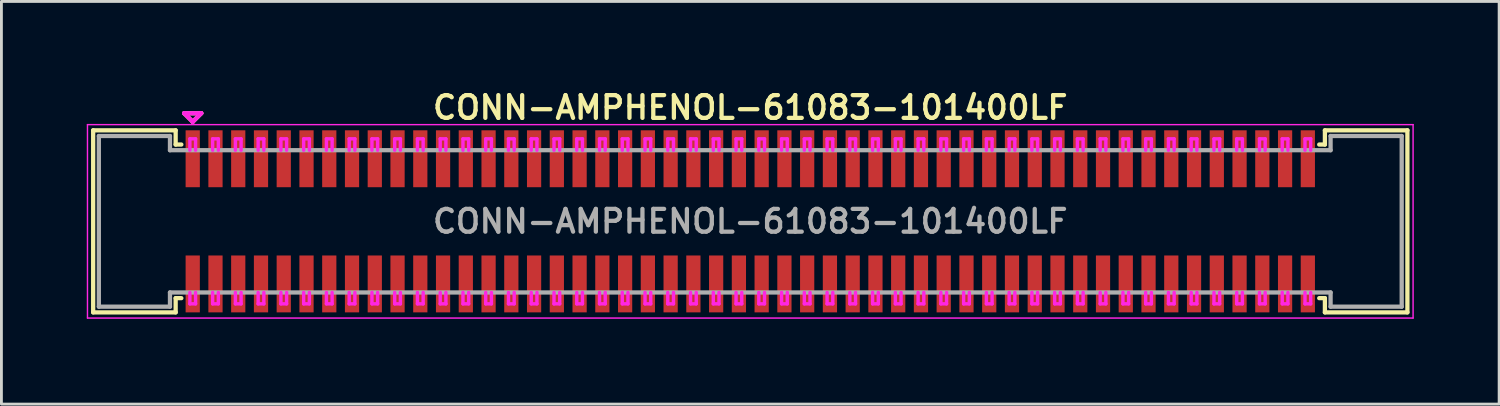
<source format=kicad_pcb>
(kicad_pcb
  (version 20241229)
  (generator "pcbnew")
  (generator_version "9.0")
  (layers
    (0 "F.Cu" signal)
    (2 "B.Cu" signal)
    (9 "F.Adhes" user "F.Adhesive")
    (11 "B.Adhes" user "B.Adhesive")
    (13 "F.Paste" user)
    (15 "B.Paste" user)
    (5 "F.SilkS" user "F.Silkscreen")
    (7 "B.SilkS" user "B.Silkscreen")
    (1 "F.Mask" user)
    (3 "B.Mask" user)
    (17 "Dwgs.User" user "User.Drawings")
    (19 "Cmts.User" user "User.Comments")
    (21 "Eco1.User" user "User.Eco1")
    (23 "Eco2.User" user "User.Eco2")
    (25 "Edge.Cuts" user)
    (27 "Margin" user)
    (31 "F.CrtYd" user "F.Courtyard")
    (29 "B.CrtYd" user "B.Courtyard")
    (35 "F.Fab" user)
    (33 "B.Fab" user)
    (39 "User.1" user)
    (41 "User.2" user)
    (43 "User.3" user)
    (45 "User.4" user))
  (footprint "CONN-AMPHENOL-61083-101400LF"
    (layer "F.Cu")
    (at 23.325 4.731)
    (property "Reference" "CONN-AMPHENOL-61083-101400LF" (at 0 -4 0) (layer "F.SilkS") (effects (font (size 0.8 0.8) (thickness 0.15))))
    (attr through_hole)
    (fp_line (start -23.1 -3.2) (end -23.1 3.2) (stroke (width 0.15) (type solid)) (layer "F.SilkS"))
    (fp_line (start -23.1 -3.2) (end -20.2 -3.2) (stroke (width 0.15) (type solid)) (layer "F.SilkS"))
    (fp_line (start -23.1 3.2) (end -20.2 3.2) (stroke (width 0.15) (type solid)) (layer "F.SilkS"))
    (fp_line (start -20.2 -3.2) (end -20.2 -2.7) (stroke (width 0.15) (type solid)) (layer "F.SilkS"))
    (fp_line (start -20.2 -2.7) (end -20 -2.7) (stroke (width 0.15) (type solid)) (layer "F.SilkS"))
    (fp_line (start -20.2 2.7) (end -20.2 3.2) (stroke (width 0.15) (type solid)) (layer "F.SilkS"))
    (fp_line (start -20.2 2.7) (end -20 2.7) (stroke (width 0.15) (type solid)) (layer "F.SilkS"))
    (fp_line (start -19.9 -3.8) (end -19.3 -3.8) (stroke (width 0.15) (type solid)) (layer "F.SilkS"))
    (fp_line (start -19.6 -3.5) (end -19.9 -3.8) (stroke (width 0.15) (type solid)) (layer "F.SilkS"))
    (fp_line (start -19.3 -3.8) (end -19.6 -3.5) (stroke (width 0.15) (type solid)) (layer "F.SilkS"))
    (fp_line (start 20 -2.7) (end 20.2 -2.7) (stroke (width 0.15) (type solid)) (layer "F.SilkS"))
    (fp_line (start 20 2.7) (end 20.2 2.7) (stroke (width 0.15) (type solid)) (layer "F.SilkS"))
    (fp_line (start 20.2 -3.2) (end 20.2 -2.7) (stroke (width 0.15) (type solid)) (layer "F.SilkS"))
    (fp_line (start 20.2 -3.2) (end 23.1 -3.2) (stroke (width 0.15) (type solid)) (layer "F.SilkS"))
    (fp_line (start 20.2 2.7) (end 20.2 3.2) (stroke (width 0.15) (type solid)) (layer "F.SilkS"))
    (fp_line (start 20.2 3.2) (end 23.1 3.2) (stroke (width 0.15) (type solid)) (layer "F.SilkS"))
    (fp_line (start 23.1 3.2) (end 23.1 -3.2) (stroke (width 0.15) (type solid)) (layer "F.SilkS"))
    (fp_line (start -23.3 -3.4) (end -23.3 3.4) (stroke (width 0.05) (type solid)) (layer "F.CrtYd"))
    (fp_line (start -23.3 -3.4) (end 23.3 -3.4) (stroke (width 0.05) (type solid)) (layer "F.CrtYd"))
    (fp_line (start -23.3 3.4) (end 23.3 3.4) (stroke (width 0.05) (type solid)) (layer "F.CrtYd"))
    (fp_line (start -19.9 -3.8) (end -19.3 -3.8) (stroke (width 0.15) (type solid)) (layer "F.CrtYd"))
    (fp_line (start -19.7 -2.9) (end -19.5 -2.9) (stroke (width 0.12) (type solid)) (layer "F.CrtYd"))
    (fp_line (start -19.7 -2.5) (end -19.7 -2.9) (stroke (width 0.12) (type solid)) (layer "F.CrtYd"))
    (fp_line (start -19.7 2.9) (end -19.7 2.5) (stroke (width 0.12) (type solid)) (layer "F.CrtYd"))
    (fp_line (start -19.6 -3.5) (end -19.9 -3.8) (stroke (width 0.15) (type solid)) (layer "F.CrtYd"))
    (fp_line (start -19.5 -2.9) (end -19.5 -2.5) (stroke (width 0.12) (type solid)) (layer "F.CrtYd"))
    (fp_line (start -19.5 2.5) (end -19.5 2.9) (stroke (width 0.12) (type solid)) (layer "F.CrtYd"))
    (fp_line (start -19.5 2.9) (end -19.7 2.9) (stroke (width 0.12) (type solid)) (layer "F.CrtYd"))
    (fp_line (start -19.3 -3.8) (end -19.6 -3.5) (stroke (width 0.15) (type solid)) (layer "F.CrtYd"))
    (fp_line (start -18.9 -2.9) (end -18.7 -2.9) (stroke (width 0.12) (type solid)) (layer "F.CrtYd"))
    (fp_line (start -18.9 -2.5) (end -18.9 -2.9) (stroke (width 0.12) (type solid)) (layer "F.CrtYd"))
    (fp_line (start -18.9 2.9) (end -18.9 2.5) (stroke (width 0.12) (type solid)) (layer "F.CrtYd"))
    (fp_line (start -18.7 -2.9) (end -18.7 -2.5) (stroke (width 0.12) (type solid)) (layer "F.CrtYd"))
    (fp_line (start -18.7 2.5) (end -18.7 2.9) (stroke (width 0.12) (type solid)) (layer "F.CrtYd"))
    (fp_line (start -18.7 2.9) (end -18.9 2.9) (stroke (width 0.12) (type solid)) (layer "F.CrtYd"))
    (fp_line (start -18.1 -2.9) (end -17.9 -2.9) (stroke (width 0.12) (type solid)) (layer "F.CrtYd"))
    (fp_line (start -18.1 -2.5) (end -18.1 -2.9) (stroke (width 0.12) (type solid)) (layer "F.CrtYd"))
    (fp_line (start -18.1 2.9) (end -18.1 2.5) (stroke (width 0.12) (type solid)) (layer "F.CrtYd"))
    (fp_line (start -17.9 -2.9) (end -17.9 -2.5) (stroke (width 0.12) (type solid)) (layer "F.CrtYd"))
    (fp_line (start -17.9 2.5) (end -17.9 2.9) (stroke (width 0.12) (type solid)) (layer "F.CrtYd"))
    (fp_line (start -17.9 2.9) (end -18.1 2.9) (stroke (width 0.12) (type solid)) (layer "F.CrtYd"))
    (fp_line (start -17.3 -2.9) (end -17.1 -2.9) (stroke (width 0.12) (type solid)) (layer "F.CrtYd"))
    (fp_line (start -17.3 -2.5) (end -17.3 -2.9) (stroke (width 0.12) (type solid)) (layer "F.CrtYd"))
    (fp_line (start -17.3 2.9) (end -17.3 2.5) (stroke (width 0.12) (type solid)) (layer "F.CrtYd"))
    (fp_line (start -17.1 -2.9) (end -17.1 -2.5) (stroke (width 0.12) (type solid)) (layer "F.CrtYd"))
    (fp_line (start -17.1 2.5) (end -17.1 2.9) (stroke (width 0.12) (type solid)) (layer "F.CrtYd"))
    (fp_line (start -17.1 2.9) (end -17.3 2.9) (stroke (width 0.12) (type solid)) (layer "F.CrtYd"))
    (fp_line (start -16.5 -2.9) (end -16.3 -2.9) (stroke (width 0.12) (type solid)) (layer "F.CrtYd"))
    (fp_line (start -16.5 -2.5) (end -16.5 -2.9) (stroke (width 0.12) (type solid)) (layer "F.CrtYd"))
    (fp_line (start -16.5 2.9) (end -16.5 2.5) (stroke (width 0.12) (type solid)) (layer "F.CrtYd"))
    (fp_line (start -16.3 -2.9) (end -16.3 -2.5) (stroke (width 0.12) (type solid)) (layer "F.CrtYd"))
    (fp_line (start -16.3 2.5) (end -16.3 2.9) (stroke (width 0.12) (type solid)) (layer "F.CrtYd"))
    (fp_line (start -16.3 2.9) (end -16.5 2.9) (stroke (width 0.12) (type solid)) (layer "F.CrtYd"))
    (fp_line (start -15.7 -2.9) (end -15.5 -2.9) (stroke (width 0.12) (type solid)) (layer "F.CrtYd"))
    (fp_line (start -15.7 -2.5) (end -15.7 -2.9) (stroke (width 0.12) (type solid)) (layer "F.CrtYd"))
    (fp_line (start -15.7 2.9) (end -15.7 2.5) (stroke (width 0.12) (type solid)) (layer "F.CrtYd"))
    (fp_line (start -15.5 -2.9) (end -15.5 -2.5) (stroke (width 0.12) (type solid)) (layer "F.CrtYd"))
    (fp_line (start -15.5 2.5) (end -15.5 2.9) (stroke (width 0.12) (type solid)) (layer "F.CrtYd"))
    (fp_line (start -15.5 2.9) (end -15.7 2.9) (stroke (width 0.12) (type solid)) (layer "F.CrtYd"))
    (fp_line (start -14.9 -2.9) (end -14.7 -2.9) (stroke (width 0.12) (type solid)) (layer "F.CrtYd"))
    (fp_line (start -14.9 -2.5) (end -14.9 -2.9) (stroke (width 0.12) (type solid)) (layer "F.CrtYd"))
    (fp_line (start -14.9 2.9) (end -14.9 2.5) (stroke (width 0.12) (type solid)) (layer "F.CrtYd"))
    (fp_line (start -14.7 -2.9) (end -14.7 -2.5) (stroke (width 0.12) (type solid)) (layer "F.CrtYd"))
    (fp_line (start -14.7 2.5) (end -14.7 2.9) (stroke (width 0.12) (type solid)) (layer "F.CrtYd"))
    (fp_line (start -14.7 2.9) (end -14.9 2.9) (stroke (width 0.12) (type solid)) (layer "F.CrtYd"))
    (fp_line (start -14.1 -2.9) (end -13.9 -2.9) (stroke (width 0.12) (type solid)) (layer "F.CrtYd"))
    (fp_line (start -14.1 -2.5) (end -14.1 -2.9) (stroke (width 0.12) (type solid)) (layer "F.CrtYd"))
    (fp_line (start -14.1 2.9) (end -14.1 2.5) (stroke (width 0.12) (type solid)) (layer "F.CrtYd"))
    (fp_line (start -13.9 -2.9) (end -13.9 -2.5) (stroke (width 0.12) (type solid)) (layer "F.CrtYd"))
    (fp_line (start -13.9 2.5) (end -13.9 2.9) (stroke (width 0.12) (type solid)) (layer "F.CrtYd"))
    (fp_line (start -13.9 2.9) (end -14.1 2.9) (stroke (width 0.12) (type solid)) (layer "F.CrtYd"))
    (fp_line (start -13.3 -2.9) (end -13.1 -2.9) (stroke (width 0.12) (type solid)) (layer "F.CrtYd"))
    (fp_line (start -13.3 -2.5) (end -13.3 -2.9) (stroke (width 0.12) (type solid)) (layer "F.CrtYd"))
    (fp_line (start -13.3 2.9) (end -13.3 2.5) (stroke (width 0.12) (type solid)) (layer "F.CrtYd"))
    (fp_line (start -13.1 -2.9) (end -13.1 -2.5) (stroke (width 0.12) (type solid)) (layer "F.CrtYd"))
    (fp_line (start -13.1 2.5) (end -13.1 2.9) (stroke (width 0.12) (type solid)) (layer "F.CrtYd"))
    (fp_line (start -13.1 2.9) (end -13.3 2.9) (stroke (width 0.12) (type solid)) (layer "F.CrtYd"))
    (fp_line (start -12.5 -2.9) (end -12.3 -2.9) (stroke (width 0.12) (type solid)) (layer "F.CrtYd"))
    (fp_line (start -12.5 -2.5) (end -12.5 -2.9) (stroke (width 0.12) (type solid)) (layer "F.CrtYd"))
    (fp_line (start -12.5 2.9) (end -12.5 2.5) (stroke (width 0.12) (type solid)) (layer "F.CrtYd"))
    (fp_line (start -12.3 -2.9) (end -12.3 -2.5) (stroke (width 0.12) (type solid)) (layer "F.CrtYd"))
    (fp_line (start -12.3 2.5) (end -12.3 2.9) (stroke (width 0.12) (type solid)) (layer "F.CrtYd"))
    (fp_line (start -12.3 2.9) (end -12.5 2.9) (stroke (width 0.12) (type solid)) (layer "F.CrtYd"))
    (fp_line (start -11.7 -2.9) (end -11.5 -2.9) (stroke (width 0.12) (type solid)) (layer "F.CrtYd"))
    (fp_line (start -11.7 -2.5) (end -11.7 -2.9) (stroke (width 0.12) (type solid)) (layer "F.CrtYd"))
    (fp_line (start -11.7 2.9) (end -11.7 2.5) (stroke (width 0.12) (type solid)) (layer "F.CrtYd"))
    (fp_line (start -11.5 -2.9) (end -11.5 -2.5) (stroke (width 0.12) (type solid)) (layer "F.CrtYd"))
    (fp_line (start -11.5 2.5) (end -11.5 2.9) (stroke (width 0.12) (type solid)) (layer "F.CrtYd"))
    (fp_line (start -11.5 2.9) (end -11.7 2.9) (stroke (width 0.12) (type solid)) (layer "F.CrtYd"))
    (fp_line (start -10.9 -2.9) (end -10.7 -2.9) (stroke (width 0.12) (type solid)) (layer "F.CrtYd"))
    (fp_line (start -10.9 -2.5) (end -10.9 -2.9) (stroke (width 0.12) (type solid)) (layer "F.CrtYd"))
    (fp_line (start -10.9 2.9) (end -10.9 2.5) (stroke (width 0.12) (type solid)) (layer "F.CrtYd"))
    (fp_line (start -10.7 -2.9) (end -10.7 -2.5) (stroke (width 0.12) (type solid)) (layer "F.CrtYd"))
    (fp_line (start -10.7 2.5) (end -10.7 2.9) (stroke (width 0.12) (type solid)) (layer "F.CrtYd"))
    (fp_line (start -10.7 2.9) (end -10.9 2.9) (stroke (width 0.12) (type solid)) (layer "F.CrtYd"))
    (fp_line (start -10.1 -2.9) (end -9.9 -2.9) (stroke (width 0.12) (type solid)) (layer "F.CrtYd"))
    (fp_line (start -10.1 -2.5) (end -10.1 -2.9) (stroke (width 0.12) (type solid)) (layer "F.CrtYd"))
    (fp_line (start -10.1 2.9) (end -10.1 2.5) (stroke (width 0.12) (type solid)) (layer "F.CrtYd"))
    (fp_line (start -9.9 -2.9) (end -9.9 -2.5) (stroke (width 0.12) (type solid)) (layer "F.CrtYd"))
    (fp_line (start -9.9 2.5) (end -9.9 2.9) (stroke (width 0.12) (type solid)) (layer "F.CrtYd"))
    (fp_line (start -9.9 2.9) (end -10.1 2.9) (stroke (width 0.12) (type solid)) (layer "F.CrtYd"))
    (fp_line (start -9.3 -2.9) (end -9.1 -2.9) (stroke (width 0.12) (type solid)) (layer "F.CrtYd"))
    (fp_line (start -9.3 -2.5) (end -9.3 -2.9) (stroke (width 0.12) (type solid)) (layer "F.CrtYd"))
    (fp_line (start -9.3 2.9) (end -9.3 2.5) (stroke (width 0.12) (type solid)) (layer "F.CrtYd"))
    (fp_line (start -9.1 -2.9) (end -9.1 -2.5) (stroke (width 0.12) (type solid)) (layer "F.CrtYd"))
    (fp_line (start -9.1 2.5) (end -9.1 2.9) (stroke (width 0.12) (type solid)) (layer "F.CrtYd"))
    (fp_line (start -9.1 2.9) (end -9.3 2.9) (stroke (width 0.12) (type solid)) (layer "F.CrtYd"))
    (fp_line (start -8.5 -2.9) (end -8.3 -2.9) (stroke (width 0.12) (type solid)) (layer "F.CrtYd"))
    (fp_line (start -8.5 -2.5) (end -8.5 -2.9) (stroke (width 0.12) (type solid)) (layer "F.CrtYd"))
    (fp_line (start -8.5 2.9) (end -8.5 2.5) (stroke (width 0.12) (type solid)) (layer "F.CrtYd"))
    (fp_line (start -8.3 -2.9) (end -8.3 -2.5) (stroke (width 0.12) (type solid)) (layer "F.CrtYd"))
    (fp_line (start -8.3 2.5) (end -8.3 2.9) (stroke (width 0.12) (type solid)) (layer "F.CrtYd"))
    (fp_line (start -8.3 2.9) (end -8.5 2.9) (stroke (width 0.12) (type solid)) (layer "F.CrtYd"))
    (fp_line (start -7.7 -2.9) (end -7.5 -2.9) (stroke (width 0.12) (type solid)) (layer "F.CrtYd"))
    (fp_line (start -7.7 -2.5) (end -7.7 -2.9) (stroke (width 0.12) (type solid)) (layer "F.CrtYd"))
    (fp_line (start -7.7 2.9) (end -7.7 2.5) (stroke (width 0.12) (type solid)) (layer "F.CrtYd"))
    (fp_line (start -7.5 -2.9) (end -7.5 -2.5) (stroke (width 0.12) (type solid)) (layer "F.CrtYd"))
    (fp_line (start -7.5 2.5) (end -7.5 2.9) (stroke (width 0.12) (type solid)) (layer "F.CrtYd"))
    (fp_line (start -7.5 2.9) (end -7.7 2.9) (stroke (width 0.12) (type solid)) (layer "F.CrtYd"))
    (fp_line (start -6.9 -2.9) (end -6.7 -2.9) (stroke (width 0.12) (type solid)) (layer "F.CrtYd"))
    (fp_line (start -6.9 -2.5) (end -6.9 -2.9) (stroke (width 0.12) (type solid)) (layer "F.CrtYd"))
    (fp_line (start -6.9 2.9) (end -6.9 2.5) (stroke (width 0.12) (type solid)) (layer "F.CrtYd"))
    (fp_line (start -6.7 -2.9) (end -6.7 -2.5) (stroke (width 0.12) (type solid)) (layer "F.CrtYd"))
    (fp_line (start -6.7 2.5) (end -6.7 2.9) (stroke (width 0.12) (type solid)) (layer "F.CrtYd"))
    (fp_line (start -6.7 2.9) (end -6.9 2.9) (stroke (width 0.12) (type solid)) (layer "F.CrtYd"))
    (fp_line (start -6.1 -2.9) (end -5.9 -2.9) (stroke (width 0.12) (type solid)) (layer "F.CrtYd"))
    (fp_line (start -6.1 -2.5) (end -6.1 -2.9) (stroke (width 0.12) (type solid)) (layer "F.CrtYd"))
    (fp_line (start -6.1 2.9) (end -6.1 2.5) (stroke (width 0.12) (type solid)) (layer "F.CrtYd"))
    (fp_line (start -5.9 -2.9) (end -5.9 -2.5) (stroke (width 0.12) (type solid)) (layer "F.CrtYd"))
    (fp_line (start -5.9 2.5) (end -5.9 2.9) (stroke (width 0.12) (type solid)) (layer "F.CrtYd"))
    (fp_line (start -5.9 2.9) (end -6.1 2.9) (stroke (width 0.12) (type solid)) (layer "F.CrtYd"))
    (fp_line (start -5.3 -2.9) (end -5.1 -2.9) (stroke (width 0.12) (type solid)) (layer "F.CrtYd"))
    (fp_line (start -5.3 -2.5) (end -5.3 -2.9) (stroke (width 0.12) (type solid)) (layer "F.CrtYd"))
    (fp_line (start -5.3 2.9) (end -5.3 2.5) (stroke (width 0.12) (type solid)) (layer "F.CrtYd"))
    (fp_line (start -5.1 -2.9) (end -5.1 -2.5) (stroke (width 0.12) (type solid)) (layer "F.CrtYd"))
    (fp_line (start -5.1 2.5) (end -5.1 2.9) (stroke (width 0.12) (type solid)) (layer "F.CrtYd"))
    (fp_line (start -5.1 2.9) (end -5.3 2.9) (stroke (width 0.12) (type solid)) (layer "F.CrtYd"))
    (fp_line (start -4.5 -2.9) (end -4.3 -2.9) (stroke (width 0.12) (type solid)) (layer "F.CrtYd"))
    (fp_line (start -4.5 -2.5) (end -4.5 -2.9) (stroke (width 0.12) (type solid)) (layer "F.CrtYd"))
    (fp_line (start -4.5 2.9) (end -4.5 2.5) (stroke (width 0.12) (type solid)) (layer "F.CrtYd"))
    (fp_line (start -4.3 -2.9) (end -4.3 -2.5) (stroke (width 0.12) (type solid)) (layer "F.CrtYd"))
    (fp_line (start -4.3 2.5) (end -4.3 2.9) (stroke (width 0.12) (type solid)) (layer "F.CrtYd"))
    (fp_line (start -4.3 2.9) (end -4.5 2.9) (stroke (width 0.12) (type solid)) (layer "F.CrtYd"))
    (fp_line (start -3.7 -2.9) (end -3.5 -2.9) (stroke (width 0.12) (type solid)) (layer "F.CrtYd"))
    (fp_line (start -3.7 -2.5) (end -3.7 -2.9) (stroke (width 0.12) (type solid)) (layer "F.CrtYd"))
    (fp_line (start -3.7 2.9) (end -3.7 2.5) (stroke (width 0.12) (type solid)) (layer "F.CrtYd"))
    (fp_line (start -3.5 -2.9) (end -3.5 -2.5) (stroke (width 0.12) (type solid)) (layer "F.CrtYd"))
    (fp_line (start -3.5 2.5) (end -3.5 2.9) (stroke (width 0.12) (type solid)) (layer "F.CrtYd"))
    (fp_line (start -3.5 2.9) (end -3.7 2.9) (stroke (width 0.12) (type solid)) (layer "F.CrtYd"))
    (fp_line (start -2.9 -2.9) (end -2.7 -2.9) (stroke (width 0.12) (type solid)) (layer "F.CrtYd"))
    (fp_line (start -2.9 -2.5) (end -2.9 -2.9) (stroke (width 0.12) (type solid)) (layer "F.CrtYd"))
    (fp_line (start -2.9 2.9) (end -2.9 2.5) (stroke (width 0.12) (type solid)) (layer "F.CrtYd"))
    (fp_line (start -2.7 -2.9) (end -2.7 -2.5) (stroke (width 0.12) (type solid)) (layer "F.CrtYd"))
    (fp_line (start -2.7 2.5) (end -2.7 2.9) (stroke (width 0.12) (type solid)) (layer "F.CrtYd"))
    (fp_line (start -2.7 2.9) (end -2.9 2.9) (stroke (width 0.12) (type solid)) (layer "F.CrtYd"))
    (fp_line (start -2.1 -2.9) (end -1.9 -2.9) (stroke (width 0.12) (type solid)) (layer "F.CrtYd"))
    (fp_line (start -2.1 -2.5) (end -2.1 -2.9) (stroke (width 0.12) (type solid)) (layer "F.CrtYd"))
    (fp_line (start -2.1 2.9) (end -2.1 2.5) (stroke (width 0.12) (type solid)) (layer "F.CrtYd"))
    (fp_line (start -1.9 -2.9) (end -1.9 -2.5) (stroke (width 0.12) (type solid)) (layer "F.CrtYd"))
    (fp_line (start -1.9 2.5) (end -1.9 2.9) (stroke (width 0.12) (type solid)) (layer "F.CrtYd"))
    (fp_line (start -1.9 2.9) (end -2.1 2.9) (stroke (width 0.12) (type solid)) (layer "F.CrtYd"))
    (fp_line (start -1.3 -2.9) (end -1.1 -2.9) (stroke (width 0.12) (type solid)) (layer "F.CrtYd"))
    (fp_line (start -1.3 -2.5) (end -1.3 -2.9) (stroke (width 0.12) (type solid)) (layer "F.CrtYd"))
    (fp_line (start -1.3 2.9) (end -1.3 2.5) (stroke (width 0.12) (type solid)) (layer "F.CrtYd"))
    (fp_line (start -1.1 -2.9) (end -1.1 -2.5) (stroke (width 0.12) (type solid)) (layer "F.CrtYd"))
    (fp_line (start -1.1 2.5) (end -1.1 2.9) (stroke (width 0.12) (type solid)) (layer "F.CrtYd"))
    (fp_line (start -1.1 2.9) (end -1.3 2.9) (stroke (width 0.12) (type solid)) (layer "F.CrtYd"))
    (fp_line (start -0.5 -2.9) (end -0.3 -2.9) (stroke (width 0.12) (type solid)) (layer "F.CrtYd"))
    (fp_line (start -0.5 -2.5) (end -0.5 -2.9) (stroke (width 0.12) (type solid)) (layer "F.CrtYd"))
    (fp_line (start -0.5 2.9) (end -0.5 2.5) (stroke (width 0.12) (type solid)) (layer "F.CrtYd"))
    (fp_line (start -0.3 -2.9) (end -0.3 -2.5) (stroke (width 0.12) (type solid)) (layer "F.CrtYd"))
    (fp_line (start -0.3 2.5) (end -0.3 2.9) (stroke (width 0.12) (type solid)) (layer "F.CrtYd"))
    (fp_line (start -0.3 2.9) (end -0.5 2.9) (stroke (width 0.12) (type solid)) (layer "F.CrtYd"))
    (fp_line (start 0.3 -2.9) (end 0.5 -2.9) (stroke (width 0.12) (type solid)) (layer "F.CrtYd"))
    (fp_line (start 0.3 -2.5) (end 0.3 -2.9) (stroke (width 0.12) (type solid)) (layer "F.CrtYd"))
    (fp_line (start 0.3 2.9) (end 0.3 2.5) (stroke (width 0.12) (type solid)) (layer "F.CrtYd"))
    (fp_line (start 0.5 -2.9) (end 0.5 -2.5) (stroke (width 0.12) (type solid)) (layer "F.CrtYd"))
    (fp_line (start 0.5 2.5) (end 0.5 2.9) (stroke (width 0.12) (type solid)) (layer "F.CrtYd"))
    (fp_line (start 0.5 2.9) (end 0.3 2.9) (stroke (width 0.12) (type solid)) (layer "F.CrtYd"))
    (fp_line (start 1.1 -2.9) (end 1.3 -2.9) (stroke (width 0.12) (type solid)) (layer "F.CrtYd"))
    (fp_line (start 1.1 -2.5) (end 1.1 -2.9) (stroke (width 0.12) (type solid)) (layer "F.CrtYd"))
    (fp_line (start 1.1 2.9) (end 1.1 2.5) (stroke (width 0.12) (type solid)) (layer "F.CrtYd"))
    (fp_line (start 1.3 -2.9) (end 1.3 -2.5) (stroke (width 0.12) (type solid)) (layer "F.CrtYd"))
    (fp_line (start 1.3 2.5) (end 1.3 2.9) (stroke (width 0.12) (type solid)) (layer "F.CrtYd"))
    (fp_line (start 1.3 2.9) (end 1.1 2.9) (stroke (width 0.12) (type solid)) (layer "F.CrtYd"))
    (fp_line (start 1.9 -2.9) (end 2.1 -2.9) (stroke (width 0.12) (type solid)) (layer "F.CrtYd"))
    (fp_line (start 1.9 -2.5) (end 1.9 -2.9) (stroke (width 0.12) (type solid)) (layer "F.CrtYd"))
    (fp_line (start 1.9 2.9) (end 1.9 2.5) (stroke (width 0.12) (type solid)) (layer "F.CrtYd"))
    (fp_line (start 2.1 -2.9) (end 2.1 -2.5) (stroke (width 0.12) (type solid)) (layer "F.CrtYd"))
    (fp_line (start 2.1 2.5) (end 2.1 2.9) (stroke (width 0.12) (type solid)) (layer "F.CrtYd"))
    (fp_line (start 2.1 2.9) (end 1.9 2.9) (stroke (width 0.12) (type solid)) (layer "F.CrtYd"))
    (fp_line (start 2.7 -2.9) (end 2.9 -2.9) (stroke (width 0.12) (type solid)) (layer "F.CrtYd"))
    (fp_line (start 2.7 -2.5) (end 2.7 -2.9) (stroke (width 0.12) (type solid)) (layer "F.CrtYd"))
    (fp_line (start 2.7 2.9) (end 2.7 2.5) (stroke (width 0.12) (type solid)) (layer "F.CrtYd"))
    (fp_line (start 2.9 -2.9) (end 2.9 -2.5) (stroke (width 0.12) (type solid)) (layer "F.CrtYd"))
    (fp_line (start 2.9 2.5) (end 2.9 2.9) (stroke (width 0.12) (type solid)) (layer "F.CrtYd"))
    (fp_line (start 2.9 2.9) (end 2.7 2.9) (stroke (width 0.12) (type solid)) (layer "F.CrtYd"))
    (fp_line (start 3.5 -2.9) (end 3.7 -2.9) (stroke (width 0.12) (type solid)) (layer "F.CrtYd"))
    (fp_line (start 3.5 -2.5) (end 3.5 -2.9) (stroke (width 0.12) (type solid)) (layer "F.CrtYd"))
    (fp_line (start 3.5 2.9) (end 3.5 2.5) (stroke (width 0.12) (type solid)) (layer "F.CrtYd"))
    (fp_line (start 3.7 -2.9) (end 3.7 -2.5) (stroke (width 0.12) (type solid)) (layer "F.CrtYd"))
    (fp_line (start 3.7 2.5) (end 3.7 2.9) (stroke (width 0.12) (type solid)) (layer "F.CrtYd"))
    (fp_line (start 3.7 2.9) (end 3.5 2.9) (stroke (width 0.12) (type solid)) (layer "F.CrtYd"))
    (fp_line (start 4.3 -2.9) (end 4.5 -2.9) (stroke (width 0.12) (type solid)) (layer "F.CrtYd"))
    (fp_line (start 4.3 -2.5) (end 4.3 -2.9) (stroke (width 0.12) (type solid)) (layer "F.CrtYd"))
    (fp_line (start 4.3 2.9) (end 4.3 2.5) (stroke (width 0.12) (type solid)) (layer "F.CrtYd"))
    (fp_line (start 4.5 -2.9) (end 4.5 -2.5) (stroke (width 0.12) (type solid)) (layer "F.CrtYd"))
    (fp_line (start 4.5 2.5) (end 4.5 2.9) (stroke (width 0.12) (type solid)) (layer "F.CrtYd"))
    (fp_line (start 4.5 2.9) (end 4.3 2.9) (stroke (width 0.12) (type solid)) (layer "F.CrtYd"))
    (fp_line (start 5.1 -2.9) (end 5.3 -2.9) (stroke (width 0.12) (type solid)) (layer "F.CrtYd"))
    (fp_line (start 5.1 -2.5) (end 5.1 -2.9) (stroke (width 0.12) (type solid)) (layer "F.CrtYd"))
    (fp_line (start 5.1 2.9) (end 5.1 2.5) (stroke (width 0.12) (type solid)) (layer "F.CrtYd"))
    (fp_line (start 5.3 -2.9) (end 5.3 -2.5) (stroke (width 0.12) (type solid)) (layer "F.CrtYd"))
    (fp_line (start 5.3 2.5) (end 5.3 2.9) (stroke (width 0.12) (type solid)) (layer "F.CrtYd"))
    (fp_line (start 5.3 2.9) (end 5.1 2.9) (stroke (width 0.12) (type solid)) (layer "F.CrtYd"))
    (fp_line (start 5.9 -2.9) (end 6.1 -2.9) (stroke (width 0.12) (type solid)) (layer "F.CrtYd"))
    (fp_line (start 5.9 -2.5) (end 5.9 -2.9) (stroke (width 0.12) (type solid)) (layer "F.CrtYd"))
    (fp_line (start 5.9 2.9) (end 5.9 2.5) (stroke (width 0.12) (type solid)) (layer "F.CrtYd"))
    (fp_line (start 6.1 -2.9) (end 6.1 -2.5) (stroke (width 0.12) (type solid)) (layer "F.CrtYd"))
    (fp_line (start 6.1 2.5) (end 6.1 2.9) (stroke (width 0.12) (type solid)) (layer "F.CrtYd"))
    (fp_line (start 6.1 2.9) (end 5.9 2.9) (stroke (width 0.12) (type solid)) (layer "F.CrtYd"))
    (fp_line (start 6.7 -2.9) (end 6.9 -2.9) (stroke (width 0.12) (type solid)) (layer "F.CrtYd"))
    (fp_line (start 6.7 -2.5) (end 6.7 -2.9) (stroke (width 0.12) (type solid)) (layer "F.CrtYd"))
    (fp_line (start 6.7 2.9) (end 6.7 2.5) (stroke (width 0.12) (type solid)) (layer "F.CrtYd"))
    (fp_line (start 6.9 -2.9) (end 6.9 -2.5) (stroke (width 0.12) (type solid)) (layer "F.CrtYd"))
    (fp_line (start 6.9 2.5) (end 6.9 2.9) (stroke (width 0.12) (type solid)) (layer "F.CrtYd"))
    (fp_line (start 6.9 2.9) (end 6.7 2.9) (stroke (width 0.12) (type solid)) (layer "F.CrtYd"))
    (fp_line (start 7.5 -2.9) (end 7.7 -2.9) (stroke (width 0.12) (type solid)) (layer "F.CrtYd"))
    (fp_line (start 7.5 -2.5) (end 7.5 -2.9) (stroke (width 0.12) (type solid)) (layer "F.CrtYd"))
    (fp_line (start 7.5 2.9) (end 7.5 2.5) (stroke (width 0.12) (type solid)) (layer "F.CrtYd"))
    (fp_line (start 7.7 -2.9) (end 7.7 -2.5) (stroke (width 0.12) (type solid)) (layer "F.CrtYd"))
    (fp_line (start 7.7 2.5) (end 7.7 2.9) (stroke (width 0.12) (type solid)) (layer "F.CrtYd"))
    (fp_line (start 7.7 2.9) (end 7.5 2.9) (stroke (width 0.12) (type solid)) (layer "F.CrtYd"))
    (fp_line (start 8.3 -2.9) (end 8.5 -2.9) (stroke (width 0.12) (type solid)) (layer "F.CrtYd"))
    (fp_line (start 8.3 -2.5) (end 8.3 -2.9) (stroke (width 0.12) (type solid)) (layer "F.CrtYd"))
    (fp_line (start 8.3 2.9) (end 8.3 2.5) (stroke (width 0.12) (type solid)) (layer "F.CrtYd"))
    (fp_line (start 8.5 -2.9) (end 8.5 -2.5) (stroke (width 0.12) (type solid)) (layer "F.CrtYd"))
    (fp_line (start 8.5 2.5) (end 8.5 2.9) (stroke (width 0.12) (type solid)) (layer "F.CrtYd"))
    (fp_line (start 8.5 2.9) (end 8.3 2.9) (stroke (width 0.12) (type solid)) (layer "F.CrtYd"))
    (fp_line (start 9.1 -2.9) (end 9.3 -2.9) (stroke (width 0.12) (type solid)) (layer "F.CrtYd"))
    (fp_line (start 9.1 -2.5) (end 9.1 -2.9) (stroke (width 0.12) (type solid)) (layer "F.CrtYd"))
    (fp_line (start 9.1 2.9) (end 9.1 2.5) (stroke (width 0.12) (type solid)) (layer "F.CrtYd"))
    (fp_line (start 9.3 -2.9) (end 9.3 -2.5) (stroke (width 0.12) (type solid)) (layer "F.CrtYd"))
    (fp_line (start 9.3 2.5) (end 9.3 2.9) (stroke (width 0.12) (type solid)) (layer "F.CrtYd"))
    (fp_line (start 9.3 2.9) (end 9.1 2.9) (stroke (width 0.12) (type solid)) (layer "F.CrtYd"))
    (fp_line (start 9.9 -2.9) (end 10.1 -2.9) (stroke (width 0.12) (type solid)) (layer "F.CrtYd"))
    (fp_line (start 9.9 -2.5) (end 9.9 -2.9) (stroke (width 0.12) (type solid)) (layer "F.CrtYd"))
    (fp_line (start 9.9 2.9) (end 9.9 2.5) (stroke (width 0.12) (type solid)) (layer "F.CrtYd"))
    (fp_line (start 10.1 -2.9) (end 10.1 -2.5) (stroke (width 0.12) (type solid)) (layer "F.CrtYd"))
    (fp_line (start 10.1 2.5) (end 10.1 2.9) (stroke (width 0.12) (type solid)) (layer "F.CrtYd"))
    (fp_line (start 10.1 2.9) (end 9.9 2.9) (stroke (width 0.12) (type solid)) (layer "F.CrtYd"))
    (fp_line (start 10.7 -2.9) (end 10.9 -2.9) (stroke (width 0.12) (type solid)) (layer "F.CrtYd"))
    (fp_line (start 10.7 -2.5) (end 10.7 -2.9) (stroke (width 0.12) (type solid)) (layer "F.CrtYd"))
    (fp_line (start 10.7 2.9) (end 10.7 2.5) (stroke (width 0.12) (type solid)) (layer "F.CrtYd"))
    (fp_line (start 10.9 -2.9) (end 10.9 -2.5) (stroke (width 0.12) (type solid)) (layer "F.CrtYd"))
    (fp_line (start 10.9 2.5) (end 10.9 2.9) (stroke (width 0.12) (type solid)) (layer "F.CrtYd"))
    (fp_line (start 10.9 2.9) (end 10.7 2.9) (stroke (width 0.12) (type solid)) (layer "F.CrtYd"))
    (fp_line (start 11.5 -2.9) (end 11.7 -2.9) (stroke (width 0.12) (type solid)) (layer "F.CrtYd"))
    (fp_line (start 11.5 -2.5) (end 11.5 -2.9) (stroke (width 0.12) (type solid)) (layer "F.CrtYd"))
    (fp_line (start 11.5 2.9) (end 11.5 2.5) (stroke (width 0.12) (type solid)) (layer "F.CrtYd"))
    (fp_line (start 11.7 -2.9) (end 11.7 -2.5) (stroke (width 0.12) (type solid)) (layer "F.CrtYd"))
    (fp_line (start 11.7 2.5) (end 11.7 2.9) (stroke (width 0.12) (type solid)) (layer "F.CrtYd"))
    (fp_line (start 11.7 2.9) (end 11.5 2.9) (stroke (width 0.12) (type solid)) (layer "F.CrtYd"))
    (fp_line (start 12.3 -2.9) (end 12.5 -2.9) (stroke (width 0.12) (type solid)) (layer "F.CrtYd"))
    (fp_line (start 12.3 -2.5) (end 12.3 -2.9) (stroke (width 0.12) (type solid)) (layer "F.CrtYd"))
    (fp_line (start 12.3 2.9) (end 12.3 2.5) (stroke (width 0.12) (type solid)) (layer "F.CrtYd"))
    (fp_line (start 12.5 -2.9) (end 12.5 -2.5) (stroke (width 0.12) (type solid)) (layer "F.CrtYd"))
    (fp_line (start 12.5 2.5) (end 12.5 2.9) (stroke (width 0.12) (type solid)) (layer "F.CrtYd"))
    (fp_line (start 12.5 2.9) (end 12.3 2.9) (stroke (width 0.12) (type solid)) (layer "F.CrtYd"))
    (fp_line (start 13.1 -2.9) (end 13.3 -2.9) (stroke (width 0.12) (type solid)) (layer "F.CrtYd"))
    (fp_line (start 13.1 -2.5) (end 13.1 -2.9) (stroke (width 0.12) (type solid)) (layer "F.CrtYd"))
    (fp_line (start 13.1 2.9) (end 13.1 2.5) (stroke (width 0.12) (type solid)) (layer "F.CrtYd"))
    (fp_line (start 13.3 -2.9) (end 13.3 -2.5) (stroke (width 0.12) (type solid)) (layer "F.CrtYd"))
    (fp_line (start 13.3 2.5) (end 13.3 2.9) (stroke (width 0.12) (type solid)) (layer "F.CrtYd"))
    (fp_line (start 13.3 2.9) (end 13.1 2.9) (stroke (width 0.12) (type solid)) (layer "F.CrtYd"))
    (fp_line (start 13.9 -2.9) (end 14.1 -2.9) (stroke (width 0.12) (type solid)) (layer "F.CrtYd"))
    (fp_line (start 13.9 -2.5) (end 13.9 -2.9) (stroke (width 0.12) (type solid)) (layer "F.CrtYd"))
    (fp_line (start 13.9 2.9) (end 13.9 2.5) (stroke (width 0.12) (type solid)) (layer "F.CrtYd"))
    (fp_line (start 14.1 -2.9) (end 14.1 -2.5) (stroke (width 0.12) (type solid)) (layer "F.CrtYd"))
    (fp_line (start 14.1 2.5) (end 14.1 2.9) (stroke (width 0.12) (type solid)) (layer "F.CrtYd"))
    (fp_line (start 14.1 2.9) (end 13.9 2.9) (stroke (width 0.12) (type solid)) (layer "F.CrtYd"))
    (fp_line (start 14.7 -2.9) (end 14.9 -2.9) (stroke (width 0.12) (type solid)) (layer "F.CrtYd"))
    (fp_line (start 14.7 -2.5) (end 14.7 -2.9) (stroke (width 0.12) (type solid)) (layer "F.CrtYd"))
    (fp_line (start 14.7 2.9) (end 14.7 2.5) (stroke (width 0.12) (type solid)) (layer "F.CrtYd"))
    (fp_line (start 14.9 -2.9) (end 14.9 -2.5) (stroke (width 0.12) (type solid)) (layer "F.CrtYd"))
    (fp_line (start 14.9 2.5) (end 14.9 2.9) (stroke (width 0.12) (type solid)) (layer "F.CrtYd"))
    (fp_line (start 14.9 2.9) (end 14.7 2.9) (stroke (width 0.12) (type solid)) (layer "F.CrtYd"))
    (fp_line (start 15.5 -2.9) (end 15.7 -2.9) (stroke (width 0.12) (type solid)) (layer "F.CrtYd"))
    (fp_line (start 15.5 -2.5) (end 15.5 -2.9) (stroke (width 0.12) (type solid)) (layer "F.CrtYd"))
    (fp_line (start 15.5 2.9) (end 15.5 2.5) (stroke (width 0.12) (type solid)) (layer "F.CrtYd"))
    (fp_line (start 15.7 -2.9) (end 15.7 -2.5) (stroke (width 0.12) (type solid)) (layer "F.CrtYd"))
    (fp_line (start 15.7 2.5) (end 15.7 2.9) (stroke (width 0.12) (type solid)) (layer "F.CrtYd"))
    (fp_line (start 15.7 2.9) (end 15.5 2.9) (stroke (width 0.12) (type solid)) (layer "F.CrtYd"))
    (fp_line (start 16.3 -2.9) (end 16.5 -2.9) (stroke (width 0.12) (type solid)) (layer "F.CrtYd"))
    (fp_line (start 16.3 -2.5) (end 16.3 -2.9) (stroke (width 0.12) (type solid)) (layer "F.CrtYd"))
    (fp_line (start 16.3 2.9) (end 16.3 2.5) (stroke (width 0.12) (type solid)) (layer "F.CrtYd"))
    (fp_line (start 16.5 -2.9) (end 16.5 -2.5) (stroke (width 0.12) (type solid)) (layer "F.CrtYd"))
    (fp_line (start 16.5 2.5) (end 16.5 2.9) (stroke (width 0.12) (type solid)) (layer "F.CrtYd"))
    (fp_line (start 16.5 2.9) (end 16.3 2.9) (stroke (width 0.12) (type solid)) (layer "F.CrtYd"))
    (fp_line (start 17.1 -2.9) (end 17.3 -2.9) (stroke (width 0.12) (type solid)) (layer "F.CrtYd"))
    (fp_line (start 17.1 -2.5) (end 17.1 -2.9) (stroke (width 0.12) (type solid)) (layer "F.CrtYd"))
    (fp_line (start 17.1 2.9) (end 17.1 2.5) (stroke (width 0.12) (type solid)) (layer "F.CrtYd"))
    (fp_line (start 17.3 -2.9) (end 17.3 -2.5) (stroke (width 0.12) (type solid)) (layer "F.CrtYd"))
    (fp_line (start 17.3 2.5) (end 17.3 2.9) (stroke (width 0.12) (type solid)) (layer "F.CrtYd"))
    (fp_line (start 17.3 2.9) (end 17.1 2.9) (stroke (width 0.12) (type solid)) (layer "F.CrtYd"))
    (fp_line (start 17.9 -2.9) (end 18.1 -2.9) (stroke (width 0.12) (type solid)) (layer "F.CrtYd"))
    (fp_line (start 17.9 -2.5) (end 17.9 -2.9) (stroke (width 0.12) (type solid)) (layer "F.CrtYd"))
    (fp_line (start 17.9 2.9) (end 17.9 2.5) (stroke (width 0.12) (type solid)) (layer "F.CrtYd"))
    (fp_line (start 18.1 -2.9) (end 18.1 -2.5) (stroke (width 0.12) (type solid)) (layer "F.CrtYd"))
    (fp_line (start 18.1 2.5) (end 18.1 2.9) (stroke (width 0.12) (type solid)) (layer "F.CrtYd"))
    (fp_line (start 18.1 2.9) (end 17.9 2.9) (stroke (width 0.12) (type solid)) (layer "F.CrtYd"))
    (fp_line (start 18.7 -2.9) (end 18.9 -2.9) (stroke (width 0.12) (type solid)) (layer "F.CrtYd"))
    (fp_line (start 18.7 -2.5) (end 18.7 -2.9) (stroke (width 0.12) (type solid)) (layer "F.CrtYd"))
    (fp_line (start 18.7 2.9) (end 18.7 2.5) (stroke (width 0.12) (type solid)) (layer "F.CrtYd"))
    (fp_line (start 18.9 -2.9) (end 18.9 -2.5) (stroke (width 0.12) (type solid)) (layer "F.CrtYd"))
    (fp_line (start 18.9 2.5) (end 18.9 2.9) (stroke (width 0.12) (type solid)) (layer "F.CrtYd"))
    (fp_line (start 18.9 2.9) (end 18.7 2.9) (stroke (width 0.12) (type solid)) (layer "F.CrtYd"))
    (fp_line (start 19.5 -2.9) (end 19.7 -2.9) (stroke (width 0.12) (type solid)) (layer "F.CrtYd"))
    (fp_line (start 19.5 -2.5) (end 19.5 -2.9) (stroke (width 0.12) (type solid)) (layer "F.CrtYd"))
    (fp_line (start 19.5 2.9) (end 19.5 2.5) (stroke (width 0.12) (type solid)) (layer "F.CrtYd"))
    (fp_line (start 19.7 -2.9) (end 19.7 -2.5) (stroke (width 0.12) (type solid)) (layer "F.CrtYd"))
    (fp_line (start 19.7 2.5) (end 19.7 2.9) (stroke (width 0.12) (type solid)) (layer "F.CrtYd"))
    (fp_line (start 19.7 2.9) (end 19.5 2.9) (stroke (width 0.12) (type solid)) (layer "F.CrtYd"))
    (fp_line (start 23.3 3.4) (end 23.3 -3.4) (stroke (width 0.05) (type solid)) (layer "F.CrtYd"))
    (fp_line (start -22.9 -3) (end -22.9 3) (stroke (width 0.15) (type solid)) (layer "F.Fab"))
    (fp_line (start -22.9 -3) (end -20.4 -3) (stroke (width 0.15) (type solid)) (layer "F.Fab"))
    (fp_line (start -22.9 3) (end -20.4 3) (stroke (width 0.15) (type solid)) (layer "F.Fab"))
    (fp_line (start -20.4 -2.5) (end -20.4 -3) (stroke (width 0.15) (type solid)) (layer "F.Fab"))
    (fp_line (start -20.4 -2.5) (end 20.4 -2.5) (stroke (width 0.15) (type solid)) (layer "F.Fab"))
    (fp_line (start -20.4 2.5) (end 20.4 2.5) (stroke (width 0.15) (type solid)) (layer "F.Fab"))
    (fp_line (start -20.4 3) (end -20.4 2.5) (stroke (width 0.15) (type solid)) (layer "F.Fab"))
    (fp_line (start 20.4 -3) (end 22.9 -3) (stroke (width 0.15) (type solid)) (layer "F.Fab"))
    (fp_line (start 20.4 -2.5) (end 20.4 -3) (stroke (width 0.15) (type solid)) (layer "F.Fab"))
    (fp_line (start 20.4 3) (end 20.4 2.5) (stroke (width 0.15) (type solid)) (layer "F.Fab"))
    (fp_line (start 20.4 3) (end 22.9 3) (stroke (width 0.15) (type solid)) (layer "F.Fab"))
    (fp_line (start 22.9 -3) (end 22.9 3) (stroke (width 0.15) (type solid)) (layer "F.Fab"))
    (fp_text user "${REFERENCE}" (at 0 0 0) (layer "F.Fab") (effects (font (size 0.8 0.8) (thickness 0.15))))
    (pad "1" smd rect (at -19.6 -2.2) (size 0.5 2) (layers "F.Cu" "F.Mask" "F.Paste"))
    (pad "2" smd rect (at -19.6 2.2) (size 0.5 2) (layers "F.Cu" "F.Mask" "F.Paste"))
    (pad "3" smd rect (at -18.8 -2.2) (size 0.5 2) (layers "F.Cu" "F.Mask" "F.Paste"))
    (pad "4" smd rect (at -18.8 2.2) (size 0.5 2) (layers "F.Cu" "F.Mask" "F.Paste"))
    (pad "5" smd rect (at -18 -2.2) (size 0.5 2) (layers "F.Cu" "F.Mask" "F.Paste"))
    (pad "6" smd rect (at -18 2.2) (size 0.5 2) (layers "F.Cu" "F.Mask" "F.Paste"))
    (pad "7" smd rect (at -17.2 -2.2) (size 0.5 2) (layers "F.Cu" "F.Mask" "F.Paste"))
    (pad "8" smd rect (at -17.2 2.2) (size 0.5 2) (layers "F.Cu" "F.Mask" "F.Paste"))
    (pad "9" smd rect (at -16.4 -2.2) (size 0.5 2) (layers "F.Cu" "F.Mask" "F.Paste"))
    (pad "10" smd rect (at -16.4 2.2) (size 0.5 2) (layers "F.Cu" "F.Mask" "F.Paste"))
    (pad "11" smd rect (at -15.6 -2.2) (size 0.5 2) (layers "F.Cu" "F.Mask" "F.Paste"))
    (pad "12" smd rect (at -15.6 2.2) (size 0.5 2) (layers "F.Cu" "F.Mask" "F.Paste"))
    (pad "13" smd rect (at -14.8 -2.2) (size 0.5 2) (layers "F.Cu" "F.Mask" "F.Paste"))
    (pad "14" smd rect (at -14.8 2.2) (size 0.5 2) (layers "F.Cu" "F.Mask" "F.Paste"))
    (pad "15" smd rect (at -14 -2.2) (size 0.5 2) (layers "F.Cu" "F.Mask" "F.Paste"))
    (pad "16" smd rect (at -14 2.2) (size 0.5 2) (layers "F.Cu" "F.Mask" "F.Paste"))
    (pad "17" smd rect (at -13.2 -2.2) (size 0.5 2) (layers "F.Cu" "F.Mask" "F.Paste"))
    (pad "18" smd rect (at -13.2 2.2) (size 0.5 2) (layers "F.Cu" "F.Mask" "F.Paste"))
    (pad "19" smd rect (at -12.4 -2.2) (size 0.5 2) (layers "F.Cu" "F.Mask" "F.Paste"))
    (pad "20" smd rect (at -12.4 2.2) (size 0.5 2) (layers "F.Cu" "F.Mask" "F.Paste"))
    (pad "21" smd rect (at -11.6 -2.2) (size 0.5 2) (layers "F.Cu" "F.Mask" "F.Paste"))
    (pad "22" smd rect (at -11.6 2.2) (size 0.5 2) (layers "F.Cu" "F.Mask" "F.Paste"))
    (pad "23" smd rect (at -10.8 -2.2) (size 0.5 2) (layers "F.Cu" "F.Mask" "F.Paste"))
    (pad "24" smd rect (at -10.8 2.2) (size 0.5 2) (layers "F.Cu" "F.Mask" "F.Paste"))
    (pad "25" smd rect (at -10 -2.2) (size 0.5 2) (layers "F.Cu" "F.Mask" "F.Paste"))
    (pad "26" smd rect (at -10 2.2) (size 0.5 2) (layers "F.Cu" "F.Mask" "F.Paste"))
    (pad "27" smd rect (at -9.2 -2.2) (size 0.5 2) (layers "F.Cu" "F.Mask" "F.Paste"))
    (pad "28" smd rect (at -9.2 2.2) (size 0.5 2) (layers "F.Cu" "F.Mask" "F.Paste"))
    (pad "29" smd rect (at -8.4 -2.2) (size 0.5 2) (layers "F.Cu" "F.Mask" "F.Paste"))
    (pad "30" smd rect (at -8.4 2.2) (size 0.5 2) (layers "F.Cu" "F.Mask" "F.Paste"))
    (pad "31" smd rect (at -7.6 -2.2) (size 0.5 2) (layers "F.Cu" "F.Mask" "F.Paste"))
    (pad "32" smd rect (at -7.6 2.2) (size 0.5 2) (layers "F.Cu" "F.Mask" "F.Paste"))
    (pad "33" smd rect (at -6.8 -2.2) (size 0.5 2) (layers "F.Cu" "F.Mask" "F.Paste"))
    (pad "34" smd rect (at -6.8 2.2) (size 0.5 2) (layers "F.Cu" "F.Mask" "F.Paste"))
    (pad "35" smd rect (at -6 -2.2) (size 0.5 2) (layers "F.Cu" "F.Mask" "F.Paste"))
    (pad "36" smd rect (at -6 2.2) (size 0.5 2) (layers "F.Cu" "F.Mask" "F.Paste"))
    (pad "37" smd rect (at -5.2 -2.2) (size 0.5 2) (layers "F.Cu" "F.Mask" "F.Paste"))
    (pad "38" smd rect (at -5.2 2.2) (size 0.5 2) (layers "F.Cu" "F.Mask" "F.Paste"))
    (pad "39" smd rect (at -4.4 -2.2) (size 0.5 2) (layers "F.Cu" "F.Mask" "F.Paste"))
    (pad "40" smd rect (at -4.4 2.2) (size 0.5 2) (layers "F.Cu" "F.Mask" "F.Paste"))
    (pad "41" smd rect (at -3.6 -2.2) (size 0.5 2) (layers "F.Cu" "F.Mask" "F.Paste"))
    (pad "42" smd rect (at -3.6 2.2) (size 0.5 2) (layers "F.Cu" "F.Mask" "F.Paste"))
    (pad "43" smd rect (at -2.8 -2.2) (size 0.5 2) (layers "F.Cu" "F.Mask" "F.Paste"))
    (pad "44" smd rect (at -2.8 2.2) (size 0.5 2) (layers "F.Cu" "F.Mask" "F.Paste"))
    (pad "45" smd rect (at -2 -2.2) (size 0.5 2) (layers "F.Cu" "F.Mask" "F.Paste"))
    (pad "46" smd rect (at -2 2.2) (size 0.5 2) (layers "F.Cu" "F.Mask" "F.Paste"))
    (pad "47" smd rect (at -1.2 -2.2) (size 0.5 2) (layers "F.Cu" "F.Mask" "F.Paste"))
    (pad "48" smd rect (at -1.2 2.2) (size 0.5 2) (layers "F.Cu" "F.Mask" "F.Paste"))
    (pad "49" smd rect (at -0.4 -2.2) (size 0.5 2) (layers "F.Cu" "F.Mask" "F.Paste"))
    (pad "50" smd rect (at -0.4 2.2) (size 0.5 2) (layers "F.Cu" "F.Mask" "F.Paste"))
    (pad "51" smd rect (at 0.4 -2.2) (size 0.5 2) (layers "F.Cu" "F.Mask" "F.Paste"))
    (pad "52" smd rect (at 0.4 2.2) (size 0.5 2) (layers "F.Cu" "F.Mask" "F.Paste"))
    (pad "53" smd rect (at 1.2 -2.2) (size 0.5 2) (layers "F.Cu" "F.Mask" "F.Paste"))
    (pad "54" smd rect (at 1.2 2.2) (size 0.5 2) (layers "F.Cu" "F.Mask" "F.Paste"))
    (pad "55" smd rect (at 2 -2.2) (size 0.5 2) (layers "F.Cu" "F.Mask" "F.Paste"))
    (pad "56" smd rect (at 2 2.2) (size 0.5 2) (layers "F.Cu" "F.Mask" "F.Paste"))
    (pad "57" smd rect (at 2.8 -2.2) (size 0.5 2) (layers "F.Cu" "F.Mask" "F.Paste"))
    (pad "58" smd rect (at 2.8 2.2) (size 0.5 2) (layers "F.Cu" "F.Mask" "F.Paste"))
    (pad "59" smd rect (at 3.6 -2.2) (size 0.5 2) (layers "F.Cu" "F.Mask" "F.Paste"))
    (pad "60" smd rect (at 3.6 2.2) (size 0.5 2) (layers "F.Cu" "F.Mask" "F.Paste"))
    (pad "61" smd rect (at 4.4 -2.2) (size 0.5 2) (layers "F.Cu" "F.Mask" "F.Paste"))
    (pad "62" smd rect (at 4.4 2.2) (size 0.5 2) (layers "F.Cu" "F.Mask" "F.Paste"))
    (pad "63" smd rect (at 5.2 -2.2) (size 0.5 2) (layers "F.Cu" "F.Mask" "F.Paste"))
    (pad "64" smd rect (at 5.2 2.2) (size 0.5 2) (layers "F.Cu" "F.Mask" "F.Paste"))
    (pad "65" smd rect (at 6 -2.2) (size 0.5 2) (layers "F.Cu" "F.Mask" "F.Paste"))
    (pad "66" smd rect (at 6 2.2) (size 0.5 2) (layers "F.Cu" "F.Mask" "F.Paste"))
    (pad "67" smd rect (at 6.8 -2.2) (size 0.5 2) (layers "F.Cu" "F.Mask" "F.Paste"))
    (pad "68" smd rect (at 6.8 2.2) (size 0.5 2) (layers "F.Cu" "F.Mask" "F.Paste"))
    (pad "69" smd rect (at 7.6 -2.2) (size 0.5 2) (layers "F.Cu" "F.Mask" "F.Paste"))
    (pad "70" smd rect (at 7.6 2.2) (size 0.5 2) (layers "F.Cu" "F.Mask" "F.Paste"))
    (pad "71" smd rect (at 8.4 -2.2) (size 0.5 2) (layers "F.Cu" "F.Mask" "F.Paste"))
    (pad "72" smd rect (at 8.4 2.2) (size 0.5 2) (layers "F.Cu" "F.Mask" "F.Paste"))
    (pad "73" smd rect (at 9.2 -2.2) (size 0.5 2) (layers "F.Cu" "F.Mask" "F.Paste"))
    (pad "74" smd rect (at 9.2 2.2) (size 0.5 2) (layers "F.Cu" "F.Mask" "F.Paste"))
    (pad "75" smd rect (at 10 -2.2) (size 0.5 2) (layers "F.Cu" "F.Mask" "F.Paste"))
    (pad "76" smd rect (at 10 2.2) (size 0.5 2) (layers "F.Cu" "F.Mask" "F.Paste"))
    (pad "77" smd rect (at 10.8 -2.2) (size 0.5 2) (layers "F.Cu" "F.Mask" "F.Paste"))
    (pad "78" smd rect (at 10.8 2.2) (size 0.5 2) (layers "F.Cu" "F.Mask" "F.Paste"))
    (pad "79" smd rect (at 11.6 -2.2) (size 0.5 2) (layers "F.Cu" "F.Mask" "F.Paste"))
    (pad "80" smd rect (at 11.6 2.2) (size 0.5 2) (layers "F.Cu" "F.Mask" "F.Paste"))
    (pad "81" smd rect (at 12.4 -2.2) (size 0.5 2) (layers "F.Cu" "F.Mask" "F.Paste"))
    (pad "82" smd rect (at 12.4 2.2) (size 0.5 2) (layers "F.Cu" "F.Mask" "F.Paste"))
    (pad "83" smd rect (at 13.2 -2.2) (size 0.5 2) (layers "F.Cu" "F.Mask" "F.Paste"))
    (pad "84" smd rect (at 13.2 2.2) (size 0.5 2) (layers "F.Cu" "F.Mask" "F.Paste"))
    (pad "85" smd rect (at 14 -2.2) (size 0.5 2) (layers "F.Cu" "F.Mask" "F.Paste"))
    (pad "86" smd rect (at 14 2.2) (size 0.5 2) (layers "F.Cu" "F.Mask" "F.Paste"))
    (pad "87" smd rect (at 14.8 -2.2) (size 0.5 2) (layers "F.Cu" "F.Mask" "F.Paste"))
    (pad "88" smd rect (at 14.8 2.2) (size 0.5 2) (layers "F.Cu" "F.Mask" "F.Paste"))
    (pad "89" smd rect (at 15.6 -2.2) (size 0.5 2) (layers "F.Cu" "F.Mask" "F.Paste"))
    (pad "90" smd rect (at 15.6 2.2) (size 0.5 2) (layers "F.Cu" "F.Mask" "F.Paste"))
    (pad "91" smd rect (at 16.4 -2.2) (size 0.5 2) (layers "F.Cu" "F.Mask" "F.Paste"))
    (pad "92" smd rect (at 16.4 2.2) (size 0.5 2) (layers "F.Cu" "F.Mask" "F.Paste"))
    (pad "93" smd rect (at 17.2 -2.2) (size 0.5 2) (layers "F.Cu" "F.Mask" "F.Paste"))
    (pad "94" smd rect (at 17.2 2.2) (size 0.5 2) (layers "F.Cu" "F.Mask" "F.Paste"))
    (pad "95" smd rect (at 18 -2.2) (size 0.5 2) (layers "F.Cu" "F.Mask" "F.Paste"))
    (pad "96" smd rect (at 18 2.2) (size 0.5 2) (layers "F.Cu" "F.Mask" "F.Paste"))
    (pad "97" smd rect (at 18.8 -2.2) (size 0.5 2) (layers "F.Cu" "F.Mask" "F.Paste"))
    (pad "98" smd rect (at 18.8 2.2) (size 0.5 2) (layers "F.Cu" "F.Mask" "F.Paste"))
    (pad "99" smd rect (at 19.6 -2.2) (size 0.5 2) (layers "F.Cu" "F.Mask" "F.Paste"))
    (pad "100" smd rect (at 19.6 2.2) (size 0.5 2) (layers "F.Cu" "F.Mask" "F.Paste")))
  (gr_rect
    (start -3 -3)
    (end 49.65 11.156)
    (stroke (width 0.1) (type default))
    (fill no)
    (layer "Edge.Cuts")))
</source>
